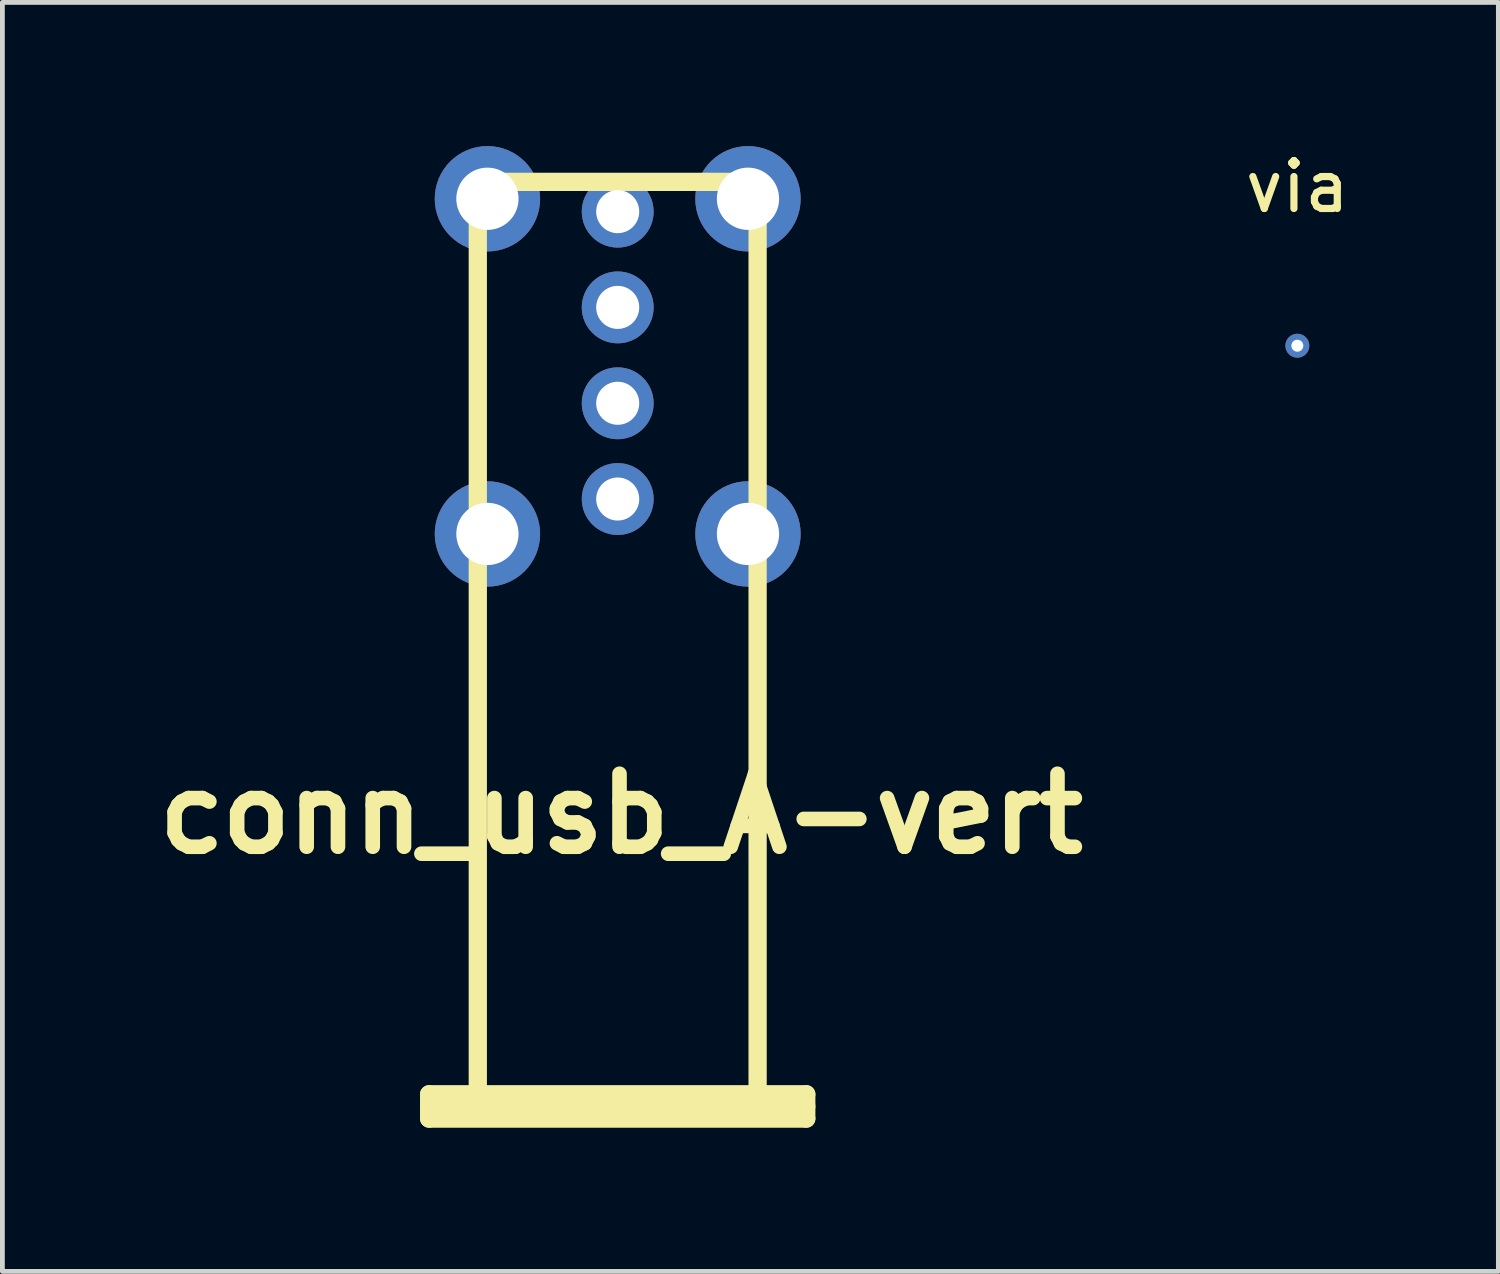
<source format=kicad_pcb>
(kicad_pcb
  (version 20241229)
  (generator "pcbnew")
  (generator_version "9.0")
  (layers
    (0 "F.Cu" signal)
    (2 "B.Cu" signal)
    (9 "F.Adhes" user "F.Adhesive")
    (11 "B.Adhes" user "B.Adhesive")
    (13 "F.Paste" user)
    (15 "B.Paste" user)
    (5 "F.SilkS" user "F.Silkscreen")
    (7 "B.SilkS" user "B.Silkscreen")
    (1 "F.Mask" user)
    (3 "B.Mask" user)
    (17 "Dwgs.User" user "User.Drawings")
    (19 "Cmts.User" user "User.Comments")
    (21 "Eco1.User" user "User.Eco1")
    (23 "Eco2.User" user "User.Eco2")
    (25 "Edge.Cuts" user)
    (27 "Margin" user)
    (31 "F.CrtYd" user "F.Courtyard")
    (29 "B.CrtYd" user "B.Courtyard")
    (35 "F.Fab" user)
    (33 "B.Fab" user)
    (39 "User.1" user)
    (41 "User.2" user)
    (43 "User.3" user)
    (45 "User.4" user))
  (footprint "conn_usb_A-vert"
    (layer "F.Cu")
    (at 9.847 10.399)
    (property "Reference" "conn_usb_A-vert" (at 0.074 3.541 180) (layer "F.SilkS") (effects (font (size 1.524 1.524) (thickness 0.305))))
    (attr through_hole)
    (fp_line (start -3.937 9.398) (end -3.937 9.906) (stroke (width 0.381) (type solid)) (layer "F.SilkS"))
    (fp_line (start -3.937 9.906) (end 3.937 9.906) (stroke (width 0.381) (type solid)) (layer "F.SilkS"))
    (fp_line (start -2.921 -9.652) (end -2.921 9.652) (stroke (width 0.381) (type solid)) (layer "F.SilkS"))
    (fp_line (start 2.921 -9.652) (end -2.921 -9.652) (stroke (width 0.381) (type solid)) (layer "F.SilkS"))
    (fp_line (start 2.921 9.652) (end 2.921 -9.652) (stroke (width 0.381) (type solid)) (layer "F.SilkS"))
    (fp_line (start 3.937 9.398) (end -3.937 9.398) (stroke (width 0.381) (type solid)) (layer "F.SilkS"))
    (fp_line (start 3.937 9.652) (end -3.937 9.652) (stroke (width 0.381) (type solid)) (layer "F.SilkS"))
    (fp_line (start 3.937 9.906) (end 3.937 9.398) (stroke (width 0.381) (type solid)) (layer "F.SilkS"))
    (pad "" thru_hole circle (at -2.72 -9.299) (size 2.2 2.2) (drill 1.3) (layers "*.Cu" "*.Mask"))
    (pad "" thru_hole circle (at -2.72 -2.301) (size 2.2 2.2) (drill 1.3) (layers "*.Cu" "*.Mask"))
    (pad "" thru_hole circle (at 2.72 -9.299) (size 2.2 2.2) (drill 1.3) (layers "*.Cu" "*.Mask"))
    (pad "" thru_hole circle (at 2.72 -2.301) (size 2.2 2.2) (drill 1.3) (layers "*.Cu" "*.Mask"))
    (pad "1" thru_hole circle (at 0 -3.03) (size 1.501 1.501) (drill 0.899) (layers "*.Cu" "*.Mask"))
    (pad "2" thru_hole circle (at 0 -5.029) (size 1.501 1.501) (drill 0.899) (layers "*.Cu" "*.Mask"))
    (pad "3" thru_hole circle (at 0 -7.031) (size 1.501 1.501) (drill 0.899) (layers "*.Cu" "*.Mask"))
    (pad "4" thru_hole circle (at 0 -9.03) (size 1.501 1.501) (drill 0.899) (layers "*.Cu" "*.Mask")))
  (footprint "via"
    (layer "F.Cu")
    (at 24.037 4.168)
    (property "Reference" "via" (at 0 -3.32 0) (layer "F.SilkS") (effects (font (size 1 1) (thickness 0.15))))
    (attr through_hole exclude_from_bom dnp)
    (fp_circle (center 0 0) (end 0.2 0.2) (stroke (width 0.001) (type solid)) (fill no) (layer "F.SilkS"))
    (fp_circle (center 0 0) (end 0.2 0.2) (stroke (width 0.001) (type solid)) (fill no) (layer "B.SilkS"))
    (fp_circle (center 0 0) (end 0.2 0.2) (stroke (width 0.001) (type solid)) (fill no) (layer "B.SilkS"))
    (pad "1" thru_hole circle (at 0 0 180) (size 0.5 0.5) (drill 0.25) (layers "*.Cu") (padstack (mode custom) (layer "B.Cu" (shape circle) (size 0.5 0.5)))))
  (gr_rect
    (start -3 -3)
    (end 28.234 23.495)
    (stroke (width 0.1) (type default))
    (fill no)
    (layer "Edge.Cuts")))
</source>
